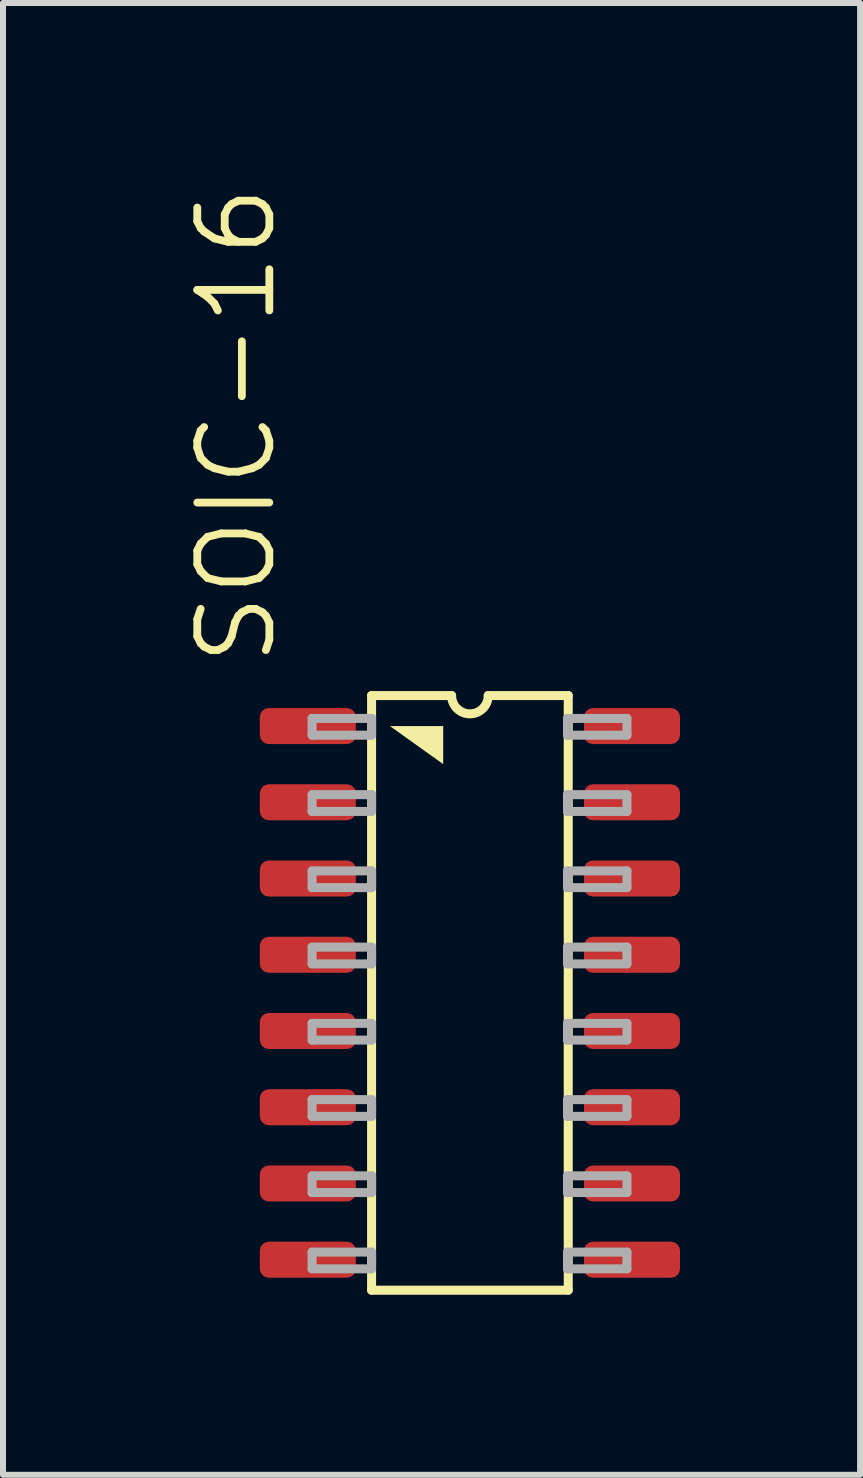
<source format=kicad_pcb>
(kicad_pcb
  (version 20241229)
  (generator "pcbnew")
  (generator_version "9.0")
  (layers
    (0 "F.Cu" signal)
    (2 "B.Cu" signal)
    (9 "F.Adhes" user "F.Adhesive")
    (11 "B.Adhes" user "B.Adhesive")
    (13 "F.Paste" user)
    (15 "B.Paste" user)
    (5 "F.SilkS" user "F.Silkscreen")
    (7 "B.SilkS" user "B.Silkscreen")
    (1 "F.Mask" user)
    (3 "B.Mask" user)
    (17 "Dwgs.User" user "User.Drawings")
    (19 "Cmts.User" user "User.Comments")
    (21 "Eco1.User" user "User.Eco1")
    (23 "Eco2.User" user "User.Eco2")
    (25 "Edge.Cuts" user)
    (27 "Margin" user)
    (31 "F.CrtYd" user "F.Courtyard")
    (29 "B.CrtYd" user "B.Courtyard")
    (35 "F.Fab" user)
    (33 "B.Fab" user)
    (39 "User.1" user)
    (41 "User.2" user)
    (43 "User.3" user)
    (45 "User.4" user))
  (footprint "SOIC-16"
    (layer "F.Cu")
    (at 4.778 13.49)
    (property "Reference" "SOIC-16" (at -3.188 -5.397 90) (layer "F.SilkS") (effects (font (size 1.2 1.2) (thickness 0.13)) (justify left bottom)))
    (attr through_hole)
    (fp_line (start -1.638 -4.953) (end -1.638 4.953) (stroke (width 0.15) (type solid)) (layer "F.SilkS"))
    (fp_line (start -1.638 4.953) (end 1.638 4.953) (stroke (width 0.15) (type solid)) (layer "F.SilkS"))
    (fp_line (start -0.305 -4.953) (end -1.638 -4.953) (stroke (width 0.15) (type solid)) (layer "F.SilkS"))
    (fp_line (start 1.638 -4.953) (end 0.305 -4.953) (stroke (width 0.15) (type solid)) (layer "F.SilkS"))
    (fp_line (start 1.638 4.953) (end 1.638 -4.953) (stroke (width 0.15) (type solid)) (layer "F.SilkS"))
    (fp_arc (start 0.3048 -4.953) (mid 0 -4.6482) (end -0.3048 -4.953) (stroke (width 0.15) (type solid)) (layer "F.SilkS"))
    (fp_poly (pts (xy -1.333 -4.445) (xy -0.445 -4.445) (xy -0.445 -3.81)) (stroke (width 0) (type solid)) (fill yes) (layer "F.SilkS"))
    (fp_line (start -2.629 -4.572) (end -2.629 -4.293) (stroke (width 0.15) (type solid)) (layer "F.Fab"))
    (fp_line (start -2.629 -4.293) (end -1.638 -4.293) (stroke (width 0.15) (type solid)) (layer "F.Fab"))
    (fp_line (start -2.629 -3.302) (end -2.629 -3.023) (stroke (width 0.15) (type solid)) (layer "F.Fab"))
    (fp_line (start -2.629 -3.023) (end -1.638 -3.023) (stroke (width 0.15) (type solid)) (layer "F.Fab"))
    (fp_line (start -2.629 -2.032) (end -2.629 -1.753) (stroke (width 0.15) (type solid)) (layer "F.Fab"))
    (fp_line (start -2.629 -1.753) (end -1.638 -1.753) (stroke (width 0.15) (type solid)) (layer "F.Fab"))
    (fp_line (start -2.629 -0.762) (end -2.629 -0.483) (stroke (width 0.15) (type solid)) (layer "F.Fab"))
    (fp_line (start -2.629 -0.483) (end -1.638 -0.483) (stroke (width 0.15) (type solid)) (layer "F.Fab"))
    (fp_line (start -2.629 0.508) (end -2.629 0.787) (stroke (width 0.15) (type solid)) (layer "F.Fab"))
    (fp_line (start -2.629 0.787) (end -1.638 0.787) (stroke (width 0.15) (type solid)) (layer "F.Fab"))
    (fp_line (start -2.629 1.778) (end -2.629 2.057) (stroke (width 0.15) (type solid)) (layer "F.Fab"))
    (fp_line (start -2.629 2.057) (end -1.638 2.057) (stroke (width 0.15) (type solid)) (layer "F.Fab"))
    (fp_line (start -2.629 3.048) (end -2.629 3.327) (stroke (width 0.15) (type solid)) (layer "F.Fab"))
    (fp_line (start -2.629 3.327) (end -1.638 3.327) (stroke (width 0.15) (type solid)) (layer "F.Fab"))
    (fp_line (start -2.629 4.318) (end -2.629 4.597) (stroke (width 0.15) (type solid)) (layer "F.Fab"))
    (fp_line (start -2.629 4.597) (end -1.638 4.597) (stroke (width 0.15) (type solid)) (layer "F.Fab"))
    (fp_line (start -1.638 -4.572) (end -2.629 -4.572) (stroke (width 0.15) (type solid)) (layer "F.Fab"))
    (fp_line (start -1.638 -4.293) (end -1.638 -4.572) (stroke (width 0.15) (type solid)) (layer "F.Fab"))
    (fp_line (start -1.638 -3.302) (end -2.629 -3.302) (stroke (width 0.15) (type solid)) (layer "F.Fab"))
    (fp_line (start -1.638 -3.023) (end -1.638 -3.302) (stroke (width 0.15) (type solid)) (layer "F.Fab"))
    (fp_line (start -1.638 -2.032) (end -2.629 -2.032) (stroke (width 0.15) (type solid)) (layer "F.Fab"))
    (fp_line (start -1.638 -1.753) (end -1.638 -2.032) (stroke (width 0.15) (type solid)) (layer "F.Fab"))
    (fp_line (start -1.638 -0.762) (end -2.629 -0.762) (stroke (width 0.15) (type solid)) (layer "F.Fab"))
    (fp_line (start -1.638 -0.483) (end -1.638 -0.762) (stroke (width 0.15) (type solid)) (layer "F.Fab"))
    (fp_line (start -1.638 0.508) (end -2.629 0.508) (stroke (width 0.15) (type solid)) (layer "F.Fab"))
    (fp_line (start -1.638 0.787) (end -1.638 0.508) (stroke (width 0.15) (type solid)) (layer "F.Fab"))
    (fp_line (start -1.638 1.778) (end -2.629 1.778) (stroke (width 0.15) (type solid)) (layer "F.Fab"))
    (fp_line (start -1.638 2.057) (end -1.638 1.778) (stroke (width 0.15) (type solid)) (layer "F.Fab"))
    (fp_line (start -1.638 3.048) (end -2.629 3.048) (stroke (width 0.15) (type solid)) (layer "F.Fab"))
    (fp_line (start -1.638 3.327) (end -1.638 3.048) (stroke (width 0.15) (type solid)) (layer "F.Fab"))
    (fp_line (start -1.638 4.318) (end -2.629 4.318) (stroke (width 0.15) (type solid)) (layer "F.Fab"))
    (fp_line (start -1.638 4.597) (end -1.638 4.318) (stroke (width 0.15) (type solid)) (layer "F.Fab"))
    (fp_line (start 1.626 -4.572) (end 1.626 -4.293) (stroke (width 0.15) (type solid)) (layer "F.Fab"))
    (fp_line (start 1.626 -4.293) (end 2.616 -4.293) (stroke (width 0.15) (type solid)) (layer "F.Fab"))
    (fp_line (start 1.626 -3.302) (end 1.626 -3.023) (stroke (width 0.15) (type solid)) (layer "F.Fab"))
    (fp_line (start 1.626 -3.023) (end 2.616 -3.023) (stroke (width 0.15) (type solid)) (layer "F.Fab"))
    (fp_line (start 1.626 -2.032) (end 1.626 -1.753) (stroke (width 0.15) (type solid)) (layer "F.Fab"))
    (fp_line (start 1.626 -1.753) (end 2.616 -1.753) (stroke (width 0.15) (type solid)) (layer "F.Fab"))
    (fp_line (start 1.626 -0.762) (end 1.626 -0.483) (stroke (width 0.15) (type solid)) (layer "F.Fab"))
    (fp_line (start 1.626 -0.483) (end 2.616 -0.483) (stroke (width 0.15) (type solid)) (layer "F.Fab"))
    (fp_line (start 1.626 0.508) (end 1.626 0.787) (stroke (width 0.15) (type solid)) (layer "F.Fab"))
    (fp_line (start 1.626 0.787) (end 2.616 0.787) (stroke (width 0.15) (type solid)) (layer "F.Fab"))
    (fp_line (start 1.626 1.778) (end 1.626 2.057) (stroke (width 0.15) (type solid)) (layer "F.Fab"))
    (fp_line (start 1.626 2.057) (end 2.616 2.057) (stroke (width 0.15) (type solid)) (layer "F.Fab"))
    (fp_line (start 1.626 3.048) (end 1.626 3.327) (stroke (width 0.15) (type solid)) (layer "F.Fab"))
    (fp_line (start 1.626 3.327) (end 2.616 3.327) (stroke (width 0.15) (type solid)) (layer "F.Fab"))
    (fp_line (start 1.626 4.318) (end 1.626 4.597) (stroke (width 0.15) (type solid)) (layer "F.Fab"))
    (fp_line (start 1.626 4.597) (end 2.616 4.597) (stroke (width 0.15) (type solid)) (layer "F.Fab"))
    (fp_line (start 2.616 -4.572) (end 1.626 -4.572) (stroke (width 0.15) (type solid)) (layer "F.Fab"))
    (fp_line (start 2.616 -4.293) (end 2.616 -4.572) (stroke (width 0.15) (type solid)) (layer "F.Fab"))
    (fp_line (start 2.616 -3.302) (end 1.626 -3.302) (stroke (width 0.15) (type solid)) (layer "F.Fab"))
    (fp_line (start 2.616 -3.023) (end 2.616 -3.302) (stroke (width 0.15) (type solid)) (layer "F.Fab"))
    (fp_line (start 2.616 -2.032) (end 1.626 -2.032) (stroke (width 0.15) (type solid)) (layer "F.Fab"))
    (fp_line (start 2.616 -1.753) (end 2.616 -2.032) (stroke (width 0.15) (type solid)) (layer "F.Fab"))
    (fp_line (start 2.616 -0.762) (end 1.626 -0.762) (stroke (width 0.15) (type solid)) (layer "F.Fab"))
    (fp_line (start 2.616 -0.483) (end 2.616 -0.762) (stroke (width 0.15) (type solid)) (layer "F.Fab"))
    (fp_line (start 2.616 0.508) (end 1.626 0.508) (stroke (width 0.15) (type solid)) (layer "F.Fab"))
    (fp_line (start 2.616 0.787) (end 2.616 0.508) (stroke (width 0.15) (type solid)) (layer "F.Fab"))
    (fp_line (start 2.616 1.778) (end 1.626 1.778) (stroke (width 0.15) (type solid)) (layer "F.Fab"))
    (fp_line (start 2.616 2.057) (end 2.616 1.778) (stroke (width 0.15) (type solid)) (layer "F.Fab"))
    (fp_line (start 2.616 3.048) (end 1.626 3.048) (stroke (width 0.15) (type solid)) (layer "F.Fab"))
    (fp_line (start 2.616 3.327) (end 2.616 3.048) (stroke (width 0.15) (type solid)) (layer "F.Fab"))
    (fp_line (start 2.616 4.318) (end 1.626 4.318) (stroke (width 0.15) (type solid)) (layer "F.Fab"))
    (fp_line (start 2.616 4.597) (end 2.616 4.318) (stroke (width 0.15) (type solid)) (layer "F.Fab"))
    (pad "1" smd roundrect (at -2.7 -4.445) (size 1.6 0.6) (layers "F.Cu" "F.Mask" "F.Paste") (roundrect_rratio 0.25))
    (pad "2" smd roundrect (at -2.7 -3.175) (size 1.6 0.6) (layers "F.Cu" "F.Mask" "F.Paste") (roundrect_rratio 0.25))
    (pad "3" smd roundrect (at -2.7 -1.905) (size 1.6 0.6) (layers "F.Cu" "F.Mask" "F.Paste") (roundrect_rratio 0.25))
    (pad "4" smd roundrect (at -2.7 -0.635) (size 1.6 0.6) (layers "F.Cu" "F.Mask" "F.Paste") (roundrect_rratio 0.25))
    (pad "5" smd roundrect (at -2.7 0.635) (size 1.6 0.6) (layers "F.Cu" "F.Mask" "F.Paste") (roundrect_rratio 0.25))
    (pad "6" smd roundrect (at -2.7 1.905) (size 1.6 0.6) (layers "F.Cu" "F.Mask" "F.Paste") (roundrect_rratio 0.25))
    (pad "7" smd roundrect (at -2.7 3.175) (size 1.6 0.6) (layers "F.Cu" "F.Mask" "F.Paste") (roundrect_rratio 0.25))
    (pad "8" smd roundrect (at -2.7 4.445) (size 1.6 0.6) (layers "F.Cu" "F.Mask" "F.Paste") (roundrect_rratio 0.25))
    (pad "9" smd roundrect (at 2.7 4.445) (size 1.6 0.6) (layers "F.Cu" "F.Mask" "F.Paste") (roundrect_rratio 0.25))
    (pad "10" smd roundrect (at 2.7 3.175) (size 1.6 0.6) (layers "F.Cu" "F.Mask" "F.Paste") (roundrect_rratio 0.25))
    (pad "11" smd roundrect (at 2.7 1.905) (size 1.6 0.6) (layers "F.Cu" "F.Mask" "F.Paste") (roundrect_rratio 0.25))
    (pad "12" smd roundrect (at 2.7 0.635) (size 1.6 0.6) (layers "F.Cu" "F.Mask" "F.Paste") (roundrect_rratio 0.25))
    (pad "13" smd roundrect (at 2.7 -0.635) (size 1.6 0.6) (layers "F.Cu" "F.Mask" "F.Paste") (roundrect_rratio 0.25))
    (pad "14" smd roundrect (at 2.7 -1.905) (size 1.6 0.6) (layers "F.Cu" "F.Mask" "F.Paste") (roundrect_rratio 0.25))
    (pad "15" smd roundrect (at 2.7 -3.175) (size 1.6 0.6) (layers "F.Cu" "F.Mask" "F.Paste") (roundrect_rratio 0.25))
    (pad "16" smd roundrect (at 2.7 -4.445) (size 1.6 0.6) (layers "F.Cu" "F.Mask" "F.Paste") (roundrect_rratio 0.25)))
  (gr_rect
    (start -3 -3)
    (end 11.278 21.518)
    (stroke (width 0.1) (type default))
    (fill no)
    (layer "Edge.Cuts")))
</source>
